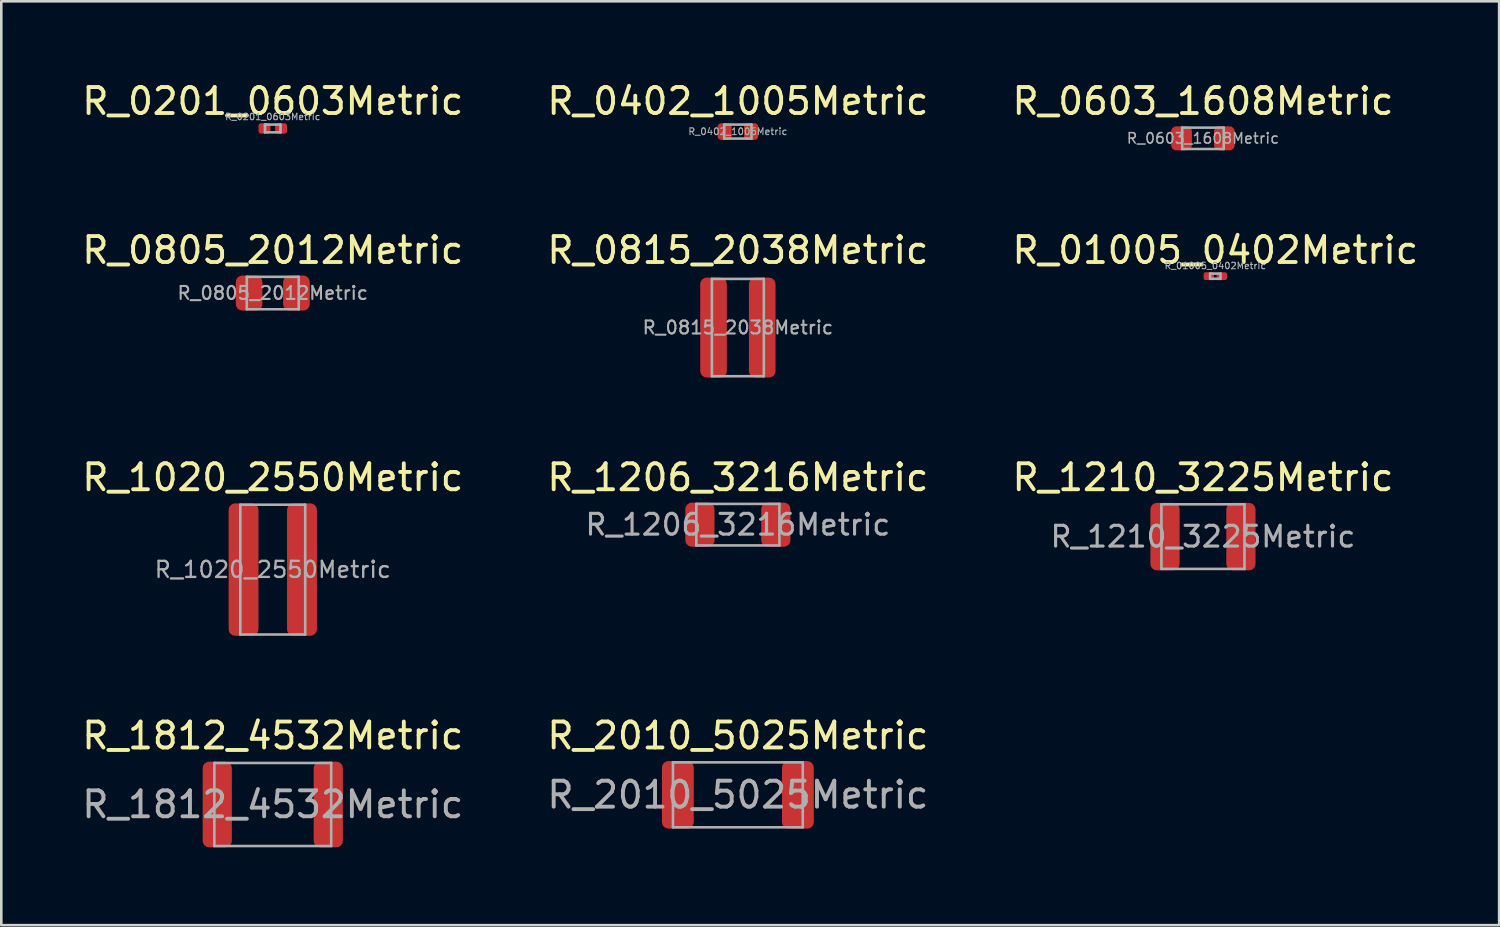
<source format=kicad_pcb>
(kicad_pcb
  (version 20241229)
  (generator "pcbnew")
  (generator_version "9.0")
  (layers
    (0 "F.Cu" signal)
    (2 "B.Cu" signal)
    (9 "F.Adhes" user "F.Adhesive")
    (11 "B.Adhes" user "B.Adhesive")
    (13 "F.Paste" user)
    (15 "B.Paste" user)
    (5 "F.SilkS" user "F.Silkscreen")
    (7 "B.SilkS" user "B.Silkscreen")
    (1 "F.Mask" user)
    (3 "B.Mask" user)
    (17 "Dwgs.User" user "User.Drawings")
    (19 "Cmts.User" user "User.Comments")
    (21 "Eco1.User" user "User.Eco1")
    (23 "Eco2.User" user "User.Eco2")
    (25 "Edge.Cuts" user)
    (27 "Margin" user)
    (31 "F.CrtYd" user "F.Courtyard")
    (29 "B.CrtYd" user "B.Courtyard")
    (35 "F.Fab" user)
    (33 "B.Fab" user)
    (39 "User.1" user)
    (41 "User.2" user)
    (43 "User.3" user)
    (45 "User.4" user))
  (footprint "R_0805_2012Metric"
    (layer "F.Cu")
    (at 7.458 8.239)
    (property "Reference" "R_0805_2012Metric" (at 0 -1.65 0) (layer "F.SilkS") (effects (font (size 1 1) (thickness 0.15))))
    (attr smd)
    (fp_line (start -1 -0.625) (end 1 -0.625) (stroke (width 0.1) (type solid)) (layer "F.Fab"))
    (fp_line (start -1 0.625) (end -1 -0.625) (stroke (width 0.1) (type solid)) (layer "F.Fab"))
    (fp_line (start 1 -0.625) (end 1 0.625) (stroke (width 0.1) (type solid)) (layer "F.Fab"))
    (fp_line (start 1 0.625) (end -1 0.625) (stroke (width 0.1) (type solid)) (layer "F.Fab"))
    (fp_text user "${REFERENCE}" (at 0 0 0) (layer "F.Fab") (effects (font (size 0.5 0.5) (thickness 0.08))))
    (pad "1" smd roundrect (at -0.912 0) (size 1.025 1.35) (layers "F.Cu" "F.Mask" "F.Paste") (roundrect_rratio 0.244))
    (pad "2" smd roundrect (at 0.912 0) (size 1.025 1.35) (layers "F.Cu" "F.Mask" "F.Paste") (roundrect_rratio 0.244)))
  (footprint "R_1210_3225Metric"
    (layer "F.Cu")
    (at 43.292 17.622)
    (property "Reference" "R_1210_3225Metric" (at 0 -2.28 0) (layer "F.SilkS") (effects (font (size 1 1) (thickness 0.15))))
    (attr smd)
    (fp_line (start -1.6 -1.245) (end 1.6 -1.245) (stroke (width 0.1) (type solid)) (layer "F.Fab"))
    (fp_line (start -1.6 1.245) (end -1.6 -1.245) (stroke (width 0.1) (type solid)) (layer "F.Fab"))
    (fp_line (start 1.6 -1.245) (end 1.6 1.245) (stroke (width 0.1) (type solid)) (layer "F.Fab"))
    (fp_line (start 1.6 1.245) (end -1.6 1.245) (stroke (width 0.1) (type solid)) (layer "F.Fab"))
    (fp_text user "${REFERENCE}" (at 0 0 0) (layer "F.Fab") (effects (font (size 0.8 0.8) (thickness 0.12))))
    (pad "1" smd roundrect (at -1.462 0) (size 1.125 2.6) (layers "F.Cu" "F.Mask" "F.Paste") (roundrect_rratio 0.222))
    (pad "2" smd roundrect (at 1.462 0) (size 1.125 2.6) (layers "F.Cu" "F.Mask" "F.Paste") (roundrect_rratio 0.222)))
  (footprint "R_0402_1005Metric"
    (layer "F.Cu")
    (at 25.375 2.018)
    (property "Reference" "R_0402_1005Metric" (at 0 -1.17 0) (layer "F.SilkS") (effects (font (size 1 1) (thickness 0.15))))
    (attr smd)
    (fp_line (start -0.525 -0.27) (end 0.525 -0.27) (stroke (width 0.1) (type solid)) (layer "F.Fab"))
    (fp_line (start -0.525 0.27) (end -0.525 -0.27) (stroke (width 0.1) (type solid)) (layer "F.Fab"))
    (fp_line (start 0.525 -0.27) (end 0.525 0.27) (stroke (width 0.1) (type solid)) (layer "F.Fab"))
    (fp_line (start 0.525 0.27) (end -0.525 0.27) (stroke (width 0.1) (type solid)) (layer "F.Fab"))
    (fp_text user "${REFERENCE}" (at 0 0 0) (layer "F.Fab") (effects (font (size 0.26 0.26) (thickness 0.04))))
    (pad "1" smd roundrect (at -0.51 0) (size 0.54 0.64) (layers "F.Cu" "F.Mask" "F.Paste") (roundrect_rratio 0.25))
    (pad "2" smd roundrect (at 0.51 0) (size 0.54 0.64) (layers "F.Cu" "F.Mask" "F.Paste") (roundrect_rratio 0.25)))
  (footprint "R_1020_2550Metric"
    (layer "F.Cu")
    (at 7.458 18.892)
    (property "Reference" "R_1020_2550Metric" (at 0 -3.55 0) (layer "F.SilkS") (effects (font (size 1 1) (thickness 0.15))))
    (attr smd)
    (fp_line (start -1.25 -2.5) (end 1.25 -2.5) (stroke (width 0.1) (type solid)) (layer "F.Fab"))
    (fp_line (start -1.25 2.5) (end -1.25 -2.5) (stroke (width 0.1) (type solid)) (layer "F.Fab"))
    (fp_line (start 1.25 -2.5) (end 1.25 2.5) (stroke (width 0.1) (type solid)) (layer "F.Fab"))
    (fp_line (start 1.25 2.5) (end -1.25 2.5) (stroke (width 0.1) (type solid)) (layer "F.Fab"))
    (fp_text user "${REFERENCE}" (at 0 0 0) (layer "F.Fab") (effects (font (size 0.62 0.62) (thickness 0.09))))
    (pad "1" smd roundrect (at -1.125 0) (size 1.15 5.1) (layers "F.Cu" "F.Mask" "F.Paste") (roundrect_rratio 0.217))
    (pad "2" smd roundrect (at 1.125 0) (size 1.15 5.1) (layers "F.Cu" "F.Mask" "F.Paste") (roundrect_rratio 0.217)))
  (footprint "R_0201_0603Metric"
    (layer "F.Cu")
    (at 7.458 1.898)
    (property "Reference" "R_0201_0603Metric" (at 0 -1.05 0) (layer "F.SilkS") (effects (font (size 1 1) (thickness 0.15))))
    (attr smd)
    (fp_line (start -0.3 -0.15) (end 0.3 -0.15) (stroke (width 0.1) (type solid)) (layer "F.Fab"))
    (fp_line (start -0.3 0.15) (end -0.3 -0.15) (stroke (width 0.1) (type solid)) (layer "F.Fab"))
    (fp_line (start 0.3 -0.15) (end 0.3 0.15) (stroke (width 0.1) (type solid)) (layer "F.Fab"))
    (fp_line (start 0.3 0.15) (end -0.3 0.15) (stroke (width 0.1) (type solid)) (layer "F.Fab"))
    (fp_text user "${REFERENCE}" (at 0 -0.45 0) (layer "F.Fab") (effects (font (size 0.25 0.25) (thickness 0.04))))
    (pad "" smd roundrect (at -0.345 0) (size 0.318 0.36) (layers "F.Paste") (roundrect_rratio 0.25))
    (pad "" smd roundrect (at 0.345 0) (size 0.318 0.36) (layers "F.Paste") (roundrect_rratio 0.25))
    (pad "1" smd roundrect (at -0.32 0) (size 0.46 0.4) (layers "F.Cu" "F.Mask") (roundrect_rratio 0.25))
    (pad "2" smd roundrect (at 0.32 0) (size 0.46 0.4) (layers "F.Cu" "F.Mask") (roundrect_rratio 0.25)))
  (footprint "R_01005_0402Metric"
    (layer "F.Cu")
    (at 43.768 7.589)
    (property "Reference" "R_01005_0402Metric" (at 0 -1 0) (layer "F.SilkS") (effects (font (size 1 1) (thickness 0.15))))
    (attr smd)
    (fp_line (start -0.2 -0.1) (end 0.2 -0.1) (stroke (width 0.1) (type solid)) (layer "F.Fab"))
    (fp_line (start -0.2 0.1) (end -0.2 -0.1) (stroke (width 0.1) (type solid)) (layer "F.Fab"))
    (fp_line (start 0.2 -0.1) (end 0.2 0.1) (stroke (width 0.1) (type solid)) (layer "F.Fab"))
    (fp_line (start 0.2 0.1) (end -0.2 0.1) (stroke (width 0.1) (type solid)) (layer "F.Fab"))
    (fp_text user "${REFERENCE}" (at 0 -0.4 0) (layer "F.Fab") (effects (font (size 0.25 0.25) (thickness 0.04))))
    (pad "" smd roundrect (at -0.275 0) (size 0.27 0.27) (layers "F.Paste") (roundrect_rratio 0.25))
    (pad "" smd roundrect (at 0.275 0) (size 0.27 0.27) (layers "F.Paste") (roundrect_rratio 0.25))
    (pad "1" smd roundrect (at -0.25 0) (size 0.4 0.3) (layers "F.Cu" "F.Mask") (roundrect_rratio 0.25))
    (pad "2" smd roundrect (at 0.25 0) (size 0.4 0.3) (layers "F.Cu" "F.Mask") (roundrect_rratio 0.25)))
  (footprint "R_1206_3216Metric"
    (layer "F.Cu")
    (at 25.375 17.162)
    (property "Reference" "R_1206_3216Metric" (at 0 -1.82 0) (layer "F.SilkS") (effects (font (size 1 1) (thickness 0.15))))
    (attr smd)
    (fp_line (start -1.6 -0.8) (end 1.6 -0.8) (stroke (width 0.1) (type solid)) (layer "F.Fab"))
    (fp_line (start -1.6 0.8) (end -1.6 -0.8) (stroke (width 0.1) (type solid)) (layer "F.Fab"))
    (fp_line (start 1.6 -0.8) (end 1.6 0.8) (stroke (width 0.1) (type solid)) (layer "F.Fab"))
    (fp_line (start 1.6 0.8) (end -1.6 0.8) (stroke (width 0.1) (type solid)) (layer "F.Fab"))
    (fp_text user "${REFERENCE}" (at 0 0 0) (layer "F.Fab") (effects (font (size 0.8 0.8) (thickness 0.12))))
    (pad "1" smd roundrect (at -1.462 0) (size 1.125 1.7) (layers "F.Cu" "F.Mask" "F.Paste") (roundrect_rratio 0.222))
    (pad "2" smd roundrect (at 1.462 0) (size 1.125 1.7) (layers "F.Cu" "F.Mask" "F.Paste") (roundrect_rratio 0.222)))
  (footprint "R_0603_1608Metric"
    (layer "F.Cu")
    (at 43.292 2.278)
    (property "Reference" "R_0603_1608Metric" (at 0 -1.43 0) (layer "F.SilkS") (effects (font (size 1 1) (thickness 0.15))))
    (attr smd)
    (fp_line (start -0.8 -0.412) (end 0.8 -0.412) (stroke (width 0.1) (type solid)) (layer "F.Fab"))
    (fp_line (start -0.8 0.412) (end -0.8 -0.412) (stroke (width 0.1) (type solid)) (layer "F.Fab"))
    (fp_line (start 0.8 -0.412) (end 0.8 0.412) (stroke (width 0.1) (type solid)) (layer "F.Fab"))
    (fp_line (start 0.8 0.412) (end -0.8 0.412) (stroke (width 0.1) (type solid)) (layer "F.Fab"))
    (fp_text user "${REFERENCE}" (at 0 0 0) (layer "F.Fab") (effects (font (size 0.4 0.4) (thickness 0.06))))
    (pad "1" smd roundrect (at -0.825 0) (size 0.8 0.925) (layers "F.Cu" "F.Mask" "F.Paste") (roundrect_rratio 0.25))
    (pad "2" smd roundrect (at 0.825 0) (size 0.8 0.925) (layers "F.Cu" "F.Mask" "F.Paste") (roundrect_rratio 0.25)))
  (footprint "R_1812_4532Metric"
    (layer "F.Cu")
    (at 7.458 27.941)
    (property "Reference" "R_1812_4532Metric" (at 0 -2.65 0) (layer "F.SilkS") (effects (font (size 1 1) (thickness 0.15))))
    (attr smd)
    (fp_line (start -2.25 -1.6) (end 2.25 -1.6) (stroke (width 0.1) (type solid)) (layer "F.Fab"))
    (fp_line (start -2.25 1.6) (end -2.25 -1.6) (stroke (width 0.1) (type solid)) (layer "F.Fab"))
    (fp_line (start 2.25 -1.6) (end 2.25 1.6) (stroke (width 0.1) (type solid)) (layer "F.Fab"))
    (fp_line (start 2.25 1.6) (end -2.25 1.6) (stroke (width 0.1) (type solid)) (layer "F.Fab"))
    (fp_text user "${REFERENCE}" (at 0 0 0) (layer "F.Fab") (effects (font (size 1 1) (thickness 0.15))))
    (pad "1" smd roundrect (at -2.138 0) (size 1.125 3.3) (layers "F.Cu" "F.Mask" "F.Paste") (roundrect_rratio 0.222))
    (pad "2" smd roundrect (at 2.138 0) (size 1.125 3.3) (layers "F.Cu" "F.Mask" "F.Paste") (roundrect_rratio 0.222)))
  (footprint "R_2010_5025Metric"
    (layer "F.Cu")
    (at 25.375 27.57)
    (property "Reference" "R_2010_5025Metric" (at 0 -2.28 0) (layer "F.SilkS") (effects (font (size 1 1) (thickness 0.15))))
    (attr smd)
    (fp_line (start -2.5 -1.25) (end 2.5 -1.25) (stroke (width 0.1) (type solid)) (layer "F.Fab"))
    (fp_line (start -2.5 1.25) (end -2.5 -1.25) (stroke (width 0.1) (type solid)) (layer "F.Fab"))
    (fp_line (start 2.5 -1.25) (end 2.5 1.25) (stroke (width 0.1) (type solid)) (layer "F.Fab"))
    (fp_line (start 2.5 1.25) (end -2.5 1.25) (stroke (width 0.1) (type solid)) (layer "F.Fab"))
    (fp_text user "${REFERENCE}" (at 0 0 0) (layer "F.Fab") (effects (font (size 1 1) (thickness 0.15))))
    (pad "1" smd roundrect (at -2.312 0) (size 1.225 2.6) (layers "F.Cu" "F.Mask" "F.Paste") (roundrect_rratio 0.204))
    (pad "2" smd roundrect (at 2.312 0) (size 1.225 2.6) (layers "F.Cu" "F.Mask" "F.Paste") (roundrect_rratio 0.204)))
  (footprint "R_0815_2038Metric"
    (layer "F.Cu")
    (at 25.375 9.569)
    (property "Reference" "R_0815_2038Metric" (at 0 -2.98 0) (layer "F.SilkS") (effects (font (size 1 1) (thickness 0.15))))
    (attr smd)
    (fp_line (start -1 -1.875) (end 1 -1.875) (stroke (width 0.1) (type solid)) (layer "F.Fab"))
    (fp_line (start -1 1.875) (end -1 -1.875) (stroke (width 0.1) (type solid)) (layer "F.Fab"))
    (fp_line (start 1 -1.875) (end 1 1.875) (stroke (width 0.1) (type solid)) (layer "F.Fab"))
    (fp_line (start 1 1.875) (end -1 1.875) (stroke (width 0.1) (type solid)) (layer "F.Fab"))
    (fp_text user "${REFERENCE}" (at 0 0 0) (layer "F.Fab") (effects (font (size 0.5 0.5) (thickness 0.08))))
    (pad "1" smd roundrect (at -0.938 0) (size 1.025 3.85) (layers "F.Cu" "F.Mask" "F.Paste") (roundrect_rratio 0.244))
    (pad "2" smd roundrect (at 0.938 0) (size 1.025 3.85) (layers "F.Cu" "F.Mask" "F.Paste") (roundrect_rratio 0.244)))
  (gr_rect
    (start -3 -3)
    (end 54.702 32.59)
    (stroke (width 0.1) (type default))
    (fill no)
    (layer "Edge.Cuts")))
</source>
